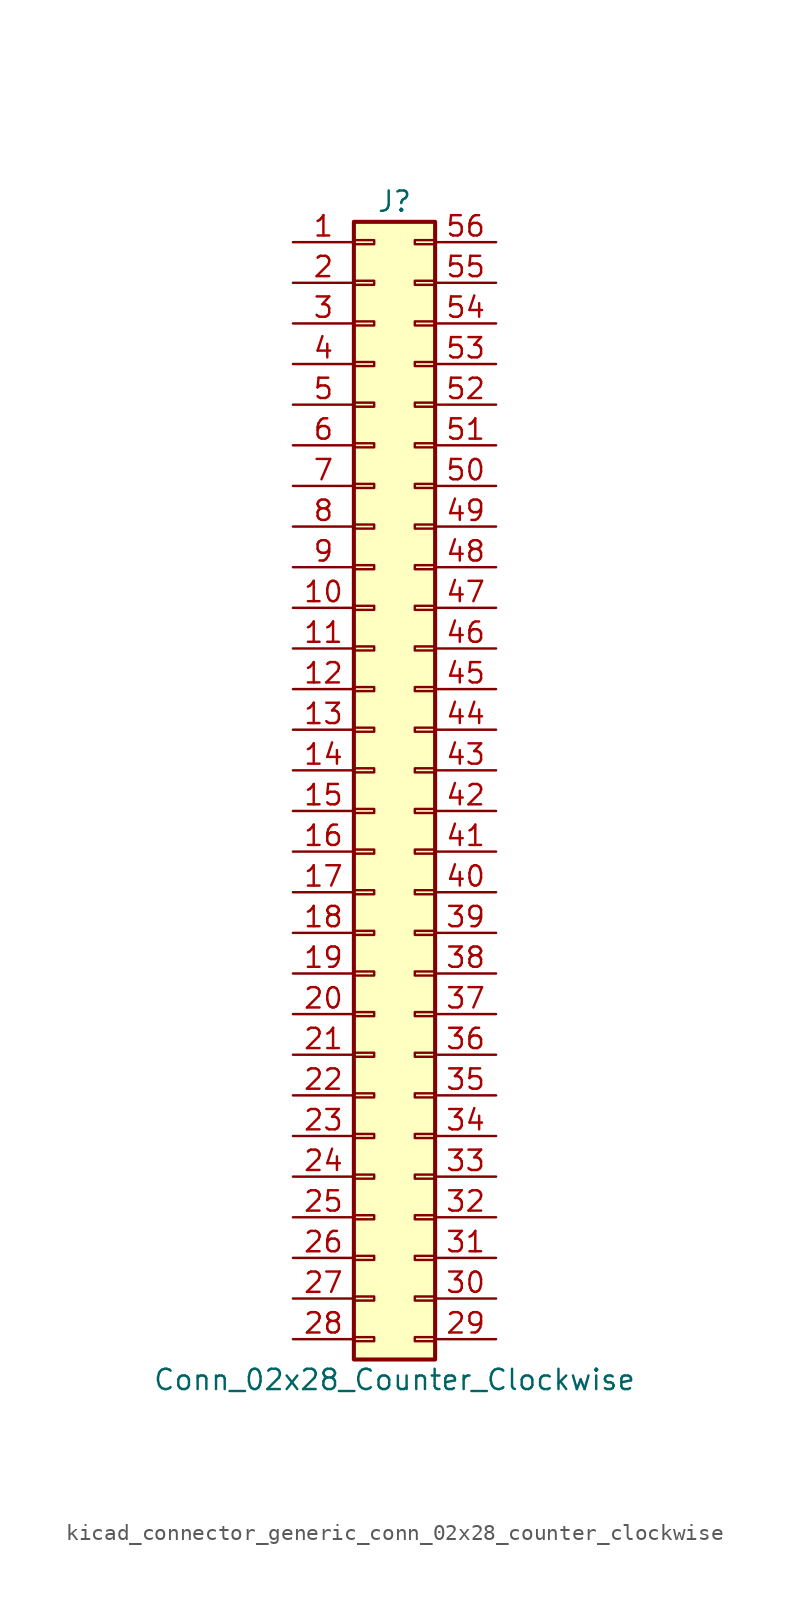
<source format=kicad_sym>
(kicad_symbol_lib
  (version 20220914)
  (generator kicad_symbol_editor)
  (symbol "kicad_connector_generic_conn_02x28_counter_clockwise"
    (pin_names
      (offset 1.016) hide)
    (property "Reference" "J"
      (at 1.27 35.56 0)
      (effects (font (size 1.27 1.27))))
    (property "Value" "Conn_02x28_Counter_Clockwise"
      (at 1.27 -38.1 0)
      (effects (font (size 1.27 1.27))))
    (symbol "kicad_connector_generic_conn_02x28_counter_clockwise_1_1"
      (rectangle (start -1.27 -35.433) (end 0 -35.687) (stroke (width 0.152) (type default)) (fill (type none)))
      (rectangle (start -1.27 -32.893) (end 0 -33.147) (stroke (width 0.152) (type default)) (fill (type none)))
      (rectangle (start -1.27 -30.353) (end 0 -30.607) (stroke (width 0.152) (type default)) (fill (type none)))
      (rectangle (start -1.27 -27.813) (end 0 -28.067) (stroke (width 0.152) (type default)) (fill (type none)))
      (rectangle (start -1.27 -25.273) (end 0 -25.527) (stroke (width 0.152) (type default)) (fill (type none)))
      (rectangle (start -1.27 -22.733) (end 0 -22.987) (stroke (width 0.152) (type default)) (fill (type none)))
      (rectangle (start -1.27 -20.193) (end 0 -20.447) (stroke (width 0.152) (type default)) (fill (type none)))
      (rectangle (start -1.27 -17.653) (end 0 -17.907) (stroke (width 0.152) (type default)) (fill (type none)))
      (rectangle (start -1.27 -15.113) (end 0 -15.367) (stroke (width 0.152) (type default)) (fill (type none)))
      (rectangle (start -1.27 -12.573) (end 0 -12.827) (stroke (width 0.152) (type default)) (fill (type none)))
      (rectangle (start -1.27 -10.033) (end 0 -10.287) (stroke (width 0.152) (type default)) (fill (type none)))
      (rectangle (start -1.27 -7.493) (end 0 -7.747) (stroke (width 0.152) (type default)) (fill (type none)))
      (rectangle (start -1.27 -4.953) (end 0 -5.207) (stroke (width 0.152) (type default)) (fill (type none)))
      (rectangle (start -1.27 -2.413) (end 0 -2.667) (stroke (width 0.152) (type default)) (fill (type none)))
      (rectangle (start -1.27 0.127) (end 0 -0.127) (stroke (width 0.152) (type default)) (fill (type none)))
      (rectangle (start -1.27 2.667) (end 0 2.413) (stroke (width 0.152) (type default)) (fill (type none)))
      (rectangle (start -1.27 5.207) (end 0 4.953) (stroke (width 0.152) (type default)) (fill (type none)))
      (rectangle (start -1.27 7.747) (end 0 7.493) (stroke (width 0.152) (type default)) (fill (type none)))
      (rectangle (start -1.27 10.287) (end 0 10.033) (stroke (width 0.152) (type default)) (fill (type none)))
      (rectangle (start -1.27 12.827) (end 0 12.573) (stroke (width 0.152) (type default)) (fill (type none)))
      (rectangle (start -1.27 15.367) (end 0 15.113) (stroke (width 0.152) (type default)) (fill (type none)))
      (rectangle (start -1.27 17.907) (end 0 17.653) (stroke (width 0.152) (type default)) (fill (type none)))
      (rectangle (start -1.27 20.447) (end 0 20.193) (stroke (width 0.152) (type default)) (fill (type none)))
      (rectangle (start -1.27 22.987) (end 0 22.733) (stroke (width 0.152) (type default)) (fill (type none)))
      (rectangle (start -1.27 25.527) (end 0 25.273) (stroke (width 0.152) (type default)) (fill (type none)))
      (rectangle (start -1.27 28.067) (end 0 27.813) (stroke (width 0.152) (type default)) (fill (type none)))
      (rectangle (start -1.27 30.607) (end 0 30.353) (stroke (width 0.152) (type default)) (fill (type none)))
      (rectangle (start -1.27 33.147) (end 0 32.893) (stroke (width 0.152) (type default)) (fill (type none)))
      (rectangle (start -1.27 34.29) (end 3.81 -36.83) (stroke (width 0.254) (type default)) (fill (type background)))
      (rectangle (start 3.81 -35.433) (end 2.54 -35.687) (stroke (width 0.152) (type default)) (fill (type none)))
      (rectangle (start 3.81 -32.893) (end 2.54 -33.147) (stroke (width 0.152) (type default)) (fill (type none)))
      (rectangle (start 3.81 -30.353) (end 2.54 -30.607) (stroke (width 0.152) (type default)) (fill (type none)))
      (rectangle (start 3.81 -27.813) (end 2.54 -28.067) (stroke (width 0.152) (type default)) (fill (type none)))
      (rectangle (start 3.81 -25.273) (end 2.54 -25.527) (stroke (width 0.152) (type default)) (fill (type none)))
      (rectangle (start 3.81 -22.733) (end 2.54 -22.987) (stroke (width 0.152) (type default)) (fill (type none)))
      (rectangle (start 3.81 -20.193) (end 2.54 -20.447) (stroke (width 0.152) (type default)) (fill (type none)))
      (rectangle (start 3.81 -17.653) (end 2.54 -17.907) (stroke (width 0.152) (type default)) (fill (type none)))
      (rectangle (start 3.81 -15.113) (end 2.54 -15.367) (stroke (width 0.152) (type default)) (fill (type none)))
      (rectangle (start 3.81 -12.573) (end 2.54 -12.827) (stroke (width 0.152) (type default)) (fill (type none)))
      (rectangle (start 3.81 -10.033) (end 2.54 -10.287) (stroke (width 0.152) (type default)) (fill (type none)))
      (rectangle (start 3.81 -7.493) (end 2.54 -7.747) (stroke (width 0.152) (type default)) (fill (type none)))
      (rectangle (start 3.81 -4.953) (end 2.54 -5.207) (stroke (width 0.152) (type default)) (fill (type none)))
      (rectangle (start 3.81 -2.413) (end 2.54 -2.667) (stroke (width 0.152) (type default)) (fill (type none)))
      (rectangle (start 3.81 0.127) (end 2.54 -0.127) (stroke (width 0.152) (type default)) (fill (type none)))
      (rectangle (start 3.81 2.667) (end 2.54 2.413) (stroke (width 0.152) (type default)) (fill (type none)))
      (rectangle (start 3.81 5.207) (end 2.54 4.953) (stroke (width 0.152) (type default)) (fill (type none)))
      (rectangle (start 3.81 7.747) (end 2.54 7.493) (stroke (width 0.152) (type default)) (fill (type none)))
      (rectangle (start 3.81 10.287) (end 2.54 10.033) (stroke (width 0.152) (type default)) (fill (type none)))
      (rectangle (start 3.81 12.827) (end 2.54 12.573) (stroke (width 0.152) (type default)) (fill (type none)))
      (rectangle (start 3.81 15.367) (end 2.54 15.113) (stroke (width 0.152) (type default)) (fill (type none)))
      (rectangle (start 3.81 17.907) (end 2.54 17.653) (stroke (width 0.152) (type default)) (fill (type none)))
      (rectangle (start 3.81 20.447) (end 2.54 20.193) (stroke (width 0.152) (type default)) (fill (type none)))
      (rectangle (start 3.81 22.987) (end 2.54 22.733) (stroke (width 0.152) (type default)) (fill (type none)))
      (rectangle (start 3.81 25.527) (end 2.54 25.273) (stroke (width 0.152) (type default)) (fill (type none)))
      (rectangle (start 3.81 28.067) (end 2.54 27.813) (stroke (width 0.152) (type default)) (fill (type none)))
      (rectangle (start 3.81 30.607) (end 2.54 30.353) (stroke (width 0.152) (type default)) (fill (type none)))
      (rectangle (start 3.81 33.147) (end 2.54 32.893) (stroke (width 0.152) (type default)) (fill (type none)))
      (pin passive line (at -5.08 33.02 0) (length 3.81) (name "Pin_1" (effects (font (size 1.27 1.27)))) (number "1" (effects (font (size 1.27 1.27)))))
      (pin passive line (at -5.08 10.16 0) (length 3.81) (name "Pin_10" (effects (font (size 1.27 1.27)))) (number "10" (effects (font (size 1.27 1.27)))))
      (pin passive line (at -5.08 7.62 0) (length 3.81) (name "Pin_11" (effects (font (size 1.27 1.27)))) (number "11" (effects (font (size 1.27 1.27)))))
      (pin passive line (at -5.08 5.08 0) (length 3.81) (name "Pin_12" (effects (font (size 1.27 1.27)))) (number "12" (effects (font (size 1.27 1.27)))))
      (pin passive line (at -5.08 2.54 0) (length 3.81) (name "Pin_13" (effects (font (size 1.27 1.27)))) (number "13" (effects (font (size 1.27 1.27)))))
      (pin passive line (at -5.08 0 0) (length 3.81) (name "Pin_14" (effects (font (size 1.27 1.27)))) (number "14" (effects (font (size 1.27 1.27)))))
      (pin passive line (at -5.08 -2.54 0) (length 3.81) (name "Pin_15" (effects (font (size 1.27 1.27)))) (number "15" (effects (font (size 1.27 1.27)))))
      (pin passive line (at -5.08 -5.08 0) (length 3.81) (name "Pin_16" (effects (font (size 1.27 1.27)))) (number "16" (effects (font (size 1.27 1.27)))))
      (pin passive line (at -5.08 -7.62 0) (length 3.81) (name "Pin_17" (effects (font (size 1.27 1.27)))) (number "17" (effects (font (size 1.27 1.27)))))
      (pin passive line (at -5.08 -10.16 0) (length 3.81) (name "Pin_18" (effects (font (size 1.27 1.27)))) (number "18" (effects (font (size 1.27 1.27)))))
      (pin passive line (at -5.08 -12.7 0) (length 3.81) (name "Pin_19" (effects (font (size 1.27 1.27)))) (number "19" (effects (font (size 1.27 1.27)))))
      (pin passive line (at -5.08 30.48 0) (length 3.81) (name "Pin_2" (effects (font (size 1.27 1.27)))) (number "2" (effects (font (size 1.27 1.27)))))
      (pin passive line (at -5.08 -15.24 0) (length 3.81) (name "Pin_20" (effects (font (size 1.27 1.27)))) (number "20" (effects (font (size 1.27 1.27)))))
      (pin passive line (at -5.08 -17.78 0) (length 3.81) (name "Pin_21" (effects (font (size 1.27 1.27)))) (number "21" (effects (font (size 1.27 1.27)))))
      (pin passive line (at -5.08 -20.32 0) (length 3.81) (name "Pin_22" (effects (font (size 1.27 1.27)))) (number "22" (effects (font (size 1.27 1.27)))))
      (pin passive line (at -5.08 -22.86 0) (length 3.81) (name "Pin_23" (effects (font (size 1.27 1.27)))) (number "23" (effects (font (size 1.27 1.27)))))
      (pin passive line (at -5.08 -25.4 0) (length 3.81) (name "Pin_24" (effects (font (size 1.27 1.27)))) (number "24" (effects (font (size 1.27 1.27)))))
      (pin passive line (at -5.08 -27.94 0) (length 3.81) (name "Pin_25" (effects (font (size 1.27 1.27)))) (number "25" (effects (font (size 1.27 1.27)))))
      (pin passive line (at -5.08 -30.48 0) (length 3.81) (name "Pin_26" (effects (font (size 1.27 1.27)))) (number "26" (effects (font (size 1.27 1.27)))))
      (pin passive line (at -5.08 -33.02 0) (length 3.81) (name "Pin_27" (effects (font (size 1.27 1.27)))) (number "27" (effects (font (size 1.27 1.27)))))
      (pin passive line (at -5.08 -35.56 0) (length 3.81) (name "Pin_28" (effects (font (size 1.27 1.27)))) (number "28" (effects (font (size 1.27 1.27)))))
      (pin passive line (at 7.62 -35.56 180) (length 3.81) (name "Pin_29" (effects (font (size 1.27 1.27)))) (number "29" (effects (font (size 1.27 1.27)))))
      (pin passive line (at -5.08 27.94 0) (length 3.81) (name "Pin_3" (effects (font (size 1.27 1.27)))) (number "3" (effects (font (size 1.27 1.27)))))
      (pin passive line (at 7.62 -33.02 180) (length 3.81) (name "Pin_30" (effects (font (size 1.27 1.27)))) (number "30" (effects (font (size 1.27 1.27)))))
      (pin passive line (at 7.62 -30.48 180) (length 3.81) (name "Pin_31" (effects (font (size 1.27 1.27)))) (number "31" (effects (font (size 1.27 1.27)))))
      (pin passive line (at 7.62 -27.94 180) (length 3.81) (name "Pin_32" (effects (font (size 1.27 1.27)))) (number "32" (effects (font (size 1.27 1.27)))))
      (pin passive line (at 7.62 -25.4 180) (length 3.81) (name "Pin_33" (effects (font (size 1.27 1.27)))) (number "33" (effects (font (size 1.27 1.27)))))
      (pin passive line (at 7.62 -22.86 180) (length 3.81) (name "Pin_34" (effects (font (size 1.27 1.27)))) (number "34" (effects (font (size 1.27 1.27)))))
      (pin passive line (at 7.62 -20.32 180) (length 3.81) (name "Pin_35" (effects (font (size 1.27 1.27)))) (number "35" (effects (font (size 1.27 1.27)))))
      (pin passive line (at 7.62 -17.78 180) (length 3.81) (name "Pin_36" (effects (font (size 1.27 1.27)))) (number "36" (effects (font (size 1.27 1.27)))))
      (pin passive line (at 7.62 -15.24 180) (length 3.81) (name "Pin_37" (effects (font (size 1.27 1.27)))) (number "37" (effects (font (size 1.27 1.27)))))
      (pin passive line (at 7.62 -12.7 180) (length 3.81) (name "Pin_38" (effects (font (size 1.27 1.27)))) (number "38" (effects (font (size 1.27 1.27)))))
      (pin passive line (at 7.62 -10.16 180) (length 3.81) (name "Pin_39" (effects (font (size 1.27 1.27)))) (number "39" (effects (font (size 1.27 1.27)))))
      (pin passive line (at -5.08 25.4 0) (length 3.81) (name "Pin_4" (effects (font (size 1.27 1.27)))) (number "4" (effects (font (size 1.27 1.27)))))
      (pin passive line (at 7.62 -7.62 180) (length 3.81) (name "Pin_40" (effects (font (size 1.27 1.27)))) (number "40" (effects (font (size 1.27 1.27)))))
      (pin passive line (at 7.62 -5.08 180) (length 3.81) (name "Pin_41" (effects (font (size 1.27 1.27)))) (number "41" (effects (font (size 1.27 1.27)))))
      (pin passive line (at 7.62 -2.54 180) (length 3.81) (name "Pin_42" (effects (font (size 1.27 1.27)))) (number "42" (effects (font (size 1.27 1.27)))))
      (pin passive line (at 7.62 0 180) (length 3.81) (name "Pin_43" (effects (font (size 1.27 1.27)))) (number "43" (effects (font (size 1.27 1.27)))))
      (pin passive line (at 7.62 2.54 180) (length 3.81) (name "Pin_44" (effects (font (size 1.27 1.27)))) (number "44" (effects (font (size 1.27 1.27)))))
      (pin passive line (at 7.62 5.08 180) (length 3.81) (name "Pin_45" (effects (font (size 1.27 1.27)))) (number "45" (effects (font (size 1.27 1.27)))))
      (pin passive line (at 7.62 7.62 180) (length 3.81) (name "Pin_46" (effects (font (size 1.27 1.27)))) (number "46" (effects (font (size 1.27 1.27)))))
      (pin passive line (at 7.62 10.16 180) (length 3.81) (name "Pin_47" (effects (font (size 1.27 1.27)))) (number "47" (effects (font (size 1.27 1.27)))))
      (pin passive line (at 7.62 12.7 180) (length 3.81) (name "Pin_48" (effects (font (size 1.27 1.27)))) (number "48" (effects (font (size 1.27 1.27)))))
      (pin passive line (at 7.62 15.24 180) (length 3.81) (name "Pin_49" (effects (font (size 1.27 1.27)))) (number "49" (effects (font (size 1.27 1.27)))))
      (pin passive line (at -5.08 22.86 0) (length 3.81) (name "Pin_5" (effects (font (size 1.27 1.27)))) (number "5" (effects (font (size 1.27 1.27)))))
      (pin passive line (at 7.62 17.78 180) (length 3.81) (name "Pin_50" (effects (font (size 1.27 1.27)))) (number "50" (effects (font (size 1.27 1.27)))))
      (pin passive line (at 7.62 20.32 180) (length 3.81) (name "Pin_51" (effects (font (size 1.27 1.27)))) (number "51" (effects (font (size 1.27 1.27)))))
      (pin passive line (at 7.62 22.86 180) (length 3.81) (name "Pin_52" (effects (font (size 1.27 1.27)))) (number "52" (effects (font (size 1.27 1.27)))))
      (pin passive line (at 7.62 25.4 180) (length 3.81) (name "Pin_53" (effects (font (size 1.27 1.27)))) (number "53" (effects (font (size 1.27 1.27)))))
      (pin passive line (at 7.62 27.94 180) (length 3.81) (name "Pin_54" (effects (font (size 1.27 1.27)))) (number "54" (effects (font (size 1.27 1.27)))))
      (pin passive line (at 7.62 30.48 180) (length 3.81) (name "Pin_55" (effects (font (size 1.27 1.27)))) (number "55" (effects (font (size 1.27 1.27)))))
      (pin passive line (at 7.62 33.02 180) (length 3.81) (name "Pin_56" (effects (font (size 1.27 1.27)))) (number "56" (effects (font (size 1.27 1.27)))))
      (pin passive line (at -5.08 20.32 0) (length 3.81) (name "Pin_6" (effects (font (size 1.27 1.27)))) (number "6" (effects (font (size 1.27 1.27)))))
      (pin passive line (at -5.08 17.78 0) (length 3.81) (name "Pin_7" (effects (font (size 1.27 1.27)))) (number "7" (effects (font (size 1.27 1.27)))))
      (pin passive line (at -5.08 15.24 0) (length 3.81) (name "Pin_8" (effects (font (size 1.27 1.27)))) (number "8" (effects (font (size 1.27 1.27)))))
      (pin passive line (at -5.08 12.7 0) (length 3.81) (name "Pin_9" (effects (font (size 1.27 1.27)))) (number "9" (effects (font (size 1.27 1.27))))))))
</source>
